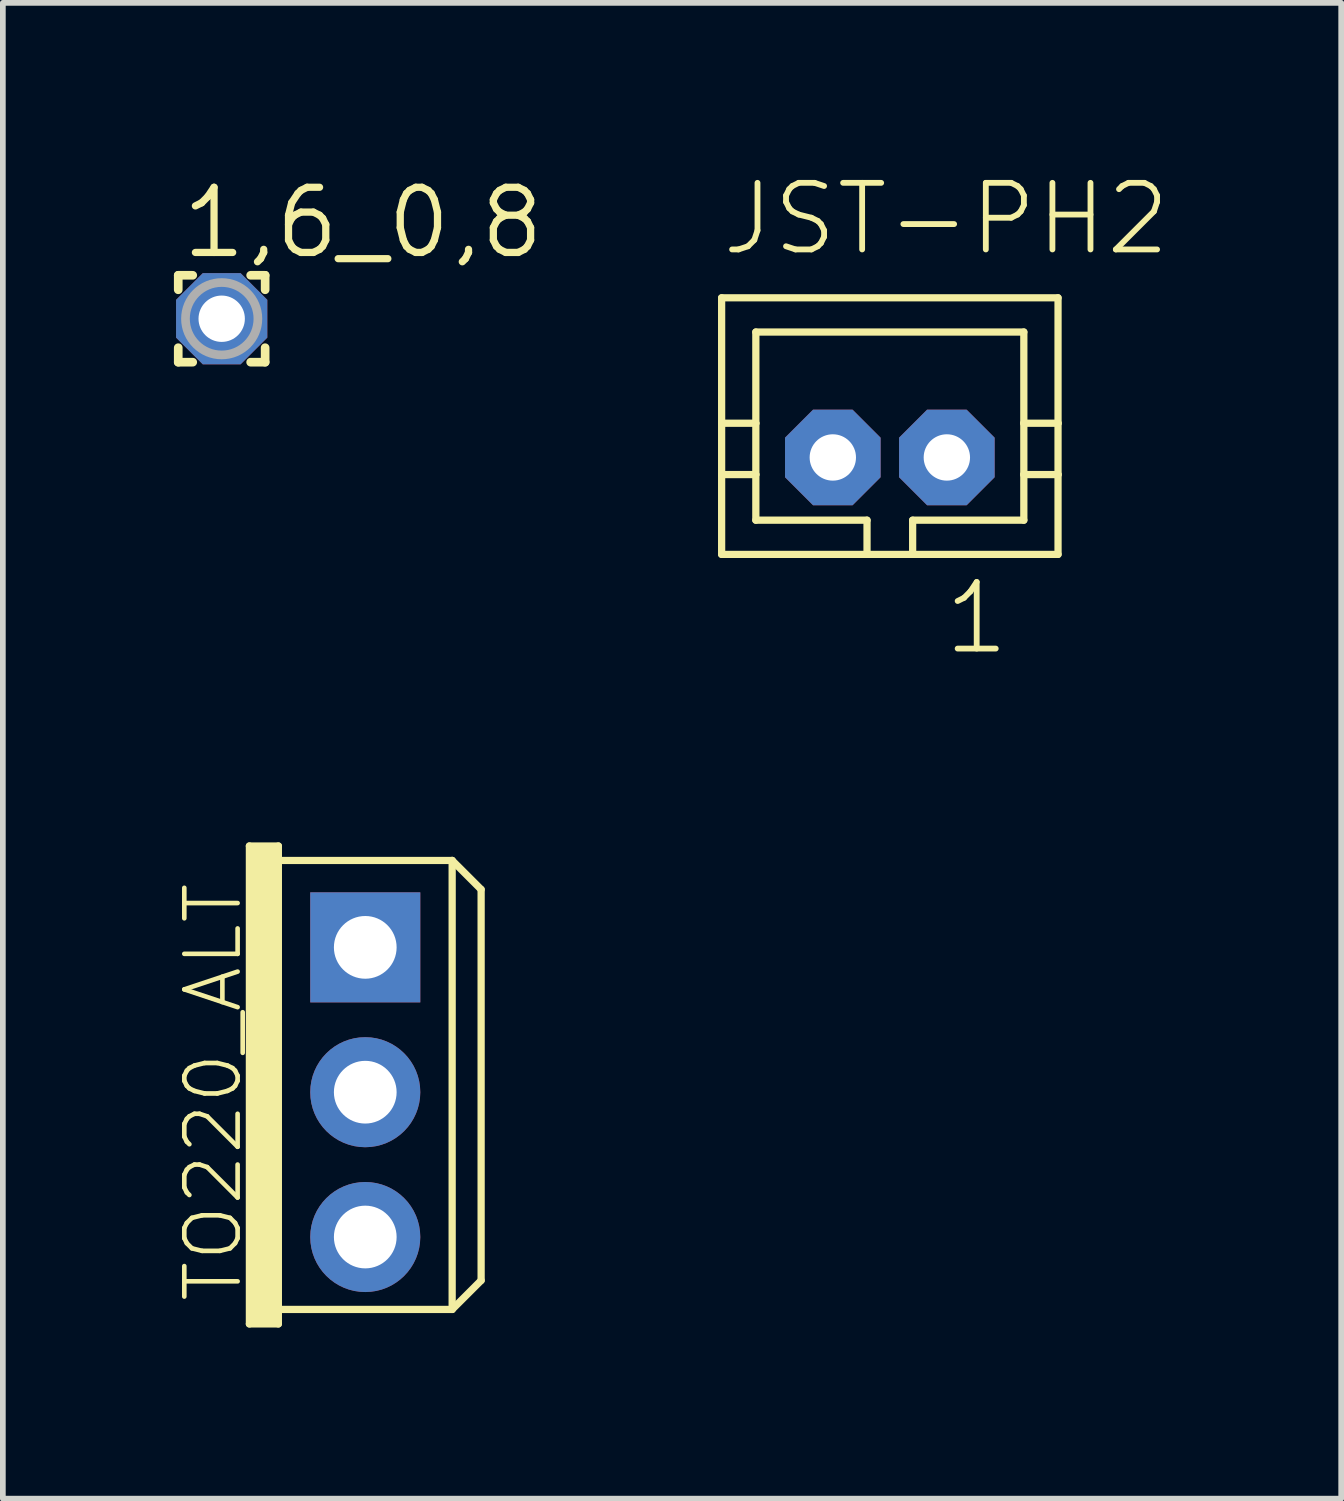
<source format=kicad_pcb>
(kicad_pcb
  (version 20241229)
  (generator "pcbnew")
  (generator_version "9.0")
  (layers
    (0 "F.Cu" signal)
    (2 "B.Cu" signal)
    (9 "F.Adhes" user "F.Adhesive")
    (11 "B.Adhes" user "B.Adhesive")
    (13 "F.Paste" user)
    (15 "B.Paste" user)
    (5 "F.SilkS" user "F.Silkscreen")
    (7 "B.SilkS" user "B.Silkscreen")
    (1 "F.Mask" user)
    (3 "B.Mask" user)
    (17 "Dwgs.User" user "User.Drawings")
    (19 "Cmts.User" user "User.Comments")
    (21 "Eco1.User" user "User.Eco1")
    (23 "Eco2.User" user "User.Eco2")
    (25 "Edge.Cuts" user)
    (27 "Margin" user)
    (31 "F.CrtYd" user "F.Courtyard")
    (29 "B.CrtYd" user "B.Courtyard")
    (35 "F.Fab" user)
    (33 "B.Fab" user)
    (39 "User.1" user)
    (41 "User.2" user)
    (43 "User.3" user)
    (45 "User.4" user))
  (footprint "TO220_ALT"
    (layer "F.Cu")
    (at 3.356 16.105)
    (property "Reference" "TO220_ALT" (at -2.667 0 90) (layer "F.SilkS") (effects (font (size 0.935 0.935) (thickness 0.081))))
    (fp_line (start -2.032 -4.318) (end -2.032 4.064) (stroke (width 0.127) (type solid)) (layer "F.SilkS"))
    (fp_line (start -2.032 4.064) (end -1.524 4.064) (stroke (width 0.127) (type solid)) (layer "F.SilkS"))
    (fp_line (start -1.524 -4.318) (end -2.032 -4.318) (stroke (width 0.127) (type solid)) (layer "F.SilkS"))
    (fp_line (start -1.524 -4.064) (end -1.524 -4.318) (stroke (width 0.127) (type solid)) (layer "F.SilkS"))
    (fp_line (start -1.524 3.81) (end -1.524 -4.064) (stroke (width 0.127) (type solid)) (layer "F.SilkS"))
    (fp_line (start -1.524 4.064) (end -1.524 3.81) (stroke (width 0.127) (type solid)) (layer "F.SilkS"))
    (fp_line (start 1.524 -4.064) (end -1.524 -4.064) (stroke (width 0.127) (type solid)) (layer "F.SilkS"))
    (fp_line (start 1.524 -4.064) (end 1.524 3.81) (stroke (width 0.127) (type solid)) (layer "F.SilkS"))
    (fp_line (start 1.524 -4.064) (end 2.032 -3.556) (stroke (width 0.127) (type solid)) (layer "F.SilkS"))
    (fp_line (start 1.524 3.81) (end -1.524 3.81) (stroke (width 0.127) (type solid)) (layer "F.SilkS"))
    (fp_line (start 2.032 -3.556) (end 2.032 3.302) (stroke (width 0.127) (type solid)) (layer "F.SilkS"))
    (fp_line (start 2.032 3.302) (end 1.524 3.81) (stroke (width 0.127) (type solid)) (layer "F.SilkS"))
    (fp_poly (pts (xy -2.032 4.064) (xy -1.524 4.064) (xy -1.524 -4.318) (xy -2.032 -4.318)) (stroke (width 0) (type default)) (fill yes) (layer "F.SilkS"))
    (pad "1" thru_hole rect (at 0 -2.54) (size 1.93 1.93) (drill 1.1) (layers "*.Cu" "*.Mask"))
    (pad "2" thru_hole circle (at 0 0) (size 1.93 1.93) (drill 1.1) (layers "*.Cu" "*.Mask"))
    (pad "3" thru_hole circle (at 0 2.54) (size 1.93 1.93) (drill 1.1) (layers "*.Cu" "*.Mask")))
  (footprint "1,6_0,8"
    (layer "F.Cu")
    (at 0.838 2.54)
    (property "Reference" "1,6_0,8" (at -0.762 -1.016 0) (layer "F.SilkS") (effects (font (size 1.143 1.143) (thickness 0.127)) (justify left bottom)))
    (fp_line (start -0.762 -0.762) (end -0.762 -0.508) (stroke (width 0.152) (type solid)) (layer "F.SilkS"))
    (fp_line (start -0.762 -0.762) (end -0.508 -0.762) (stroke (width 0.152) (type solid)) (layer "F.SilkS"))
    (fp_line (start -0.762 0.762) (end -0.762 0.508) (stroke (width 0.152) (type solid)) (layer "F.SilkS"))
    (fp_line (start -0.508 0.762) (end -0.762 0.762) (stroke (width 0.152) (type solid)) (layer "F.SilkS"))
    (fp_line (start 0.762 -0.762) (end 0.508 -0.762) (stroke (width 0.152) (type solid)) (layer "F.SilkS"))
    (fp_line (start 0.762 -0.762) (end 0.762 -0.508) (stroke (width 0.152) (type solid)) (layer "F.SilkS"))
    (fp_line (start 0.762 0.508) (end 0.762 0.762) (stroke (width 0.152) (type solid)) (layer "F.SilkS"))
    (fp_line (start 0.762 0.762) (end 0.508 0.762) (stroke (width 0.152) (type solid)) (layer "F.SilkS"))
    (fp_circle (center 0 0) (end 0.635 0) (stroke (width 0.152) (type solid)) (fill no) (layer "F.Fab"))
    (pad "1" thru_hole roundrect (at 0 0) (size 1.6 1.6) (drill 0.813) (layers "*.Cu" "*.Mask") (roundrect_rratio 0.25) (chamfer_ratio 0.293) (chamfer top_left top_right bottom_left bottom_right)))
  (footprint "JST-PH2"
    (layer "F.Cu")
    (at 12.556 4.973)
    (property "Reference" "JST-PH2" (at -3 -3.5 0) (layer "F.SilkS") (effects (font (size 1.168 1.168) (thickness 0.102)) (justify left bottom)))
    (fp_line (start -2.95 -2.8) (end -2.95 -0.6) (stroke (width 0.127) (type solid)) (layer "F.SilkS"))
    (fp_line (start -2.95 -2.8) (end 2.95 -2.8) (stroke (width 0.127) (type solid)) (layer "F.SilkS"))
    (fp_line (start -2.95 -0.6) (end -2.95 0.3) (stroke (width 0.127) (type solid)) (layer "F.SilkS"))
    (fp_line (start -2.95 -0.6) (end -2.35 -0.6) (stroke (width 0.127) (type solid)) (layer "F.SilkS"))
    (fp_line (start -2.95 0.3) (end -2.95 1.7) (stroke (width 0.127) (type solid)) (layer "F.SilkS"))
    (fp_line (start -2.95 0.3) (end -2.35 0.3) (stroke (width 0.127) (type solid)) (layer "F.SilkS"))
    (fp_line (start -2.95 1.7) (end -0.4 1.7) (stroke (width 0.127) (type solid)) (layer "F.SilkS"))
    (fp_line (start -2.35 -2.2) (end -2.35 -0.6) (stroke (width 0.127) (type solid)) (layer "F.SilkS"))
    (fp_line (start -2.35 -2.2) (end 2.35 -2.2) (stroke (width 0.127) (type solid)) (layer "F.SilkS"))
    (fp_line (start -2.35 -0.6) (end -2.35 0.3) (stroke (width 0.127) (type solid)) (layer "F.SilkS"))
    (fp_line (start -2.35 0.3) (end -2.35 1.1) (stroke (width 0.127) (type solid)) (layer "F.SilkS"))
    (fp_line (start -2.35 1.1) (end -0.4 1.1) (stroke (width 0.127) (type solid)) (layer "F.SilkS"))
    (fp_line (start -0.4 1.1) (end -0.4 1.7) (stroke (width 0.127) (type solid)) (layer "F.SilkS"))
    (fp_line (start -0.4 1.7) (end 0.4 1.7) (stroke (width 0.127) (type solid)) (layer "F.SilkS"))
    (fp_line (start 0.4 1.1) (end 0.4 1.7) (stroke (width 0.127) (type solid)) (layer "F.SilkS"))
    (fp_line (start 0.4 1.1) (end 2.35 1.1) (stroke (width 0.127) (type solid)) (layer "F.SilkS"))
    (fp_line (start 0.4 1.7) (end 2.95 1.7) (stroke (width 0.127) (type solid)) (layer "F.SilkS"))
    (fp_line (start 2.35 -2.2) (end 2.35 -0.6) (stroke (width 0.127) (type solid)) (layer "F.SilkS"))
    (fp_line (start 2.35 -0.6) (end 2.35 0.3) (stroke (width 0.127) (type solid)) (layer "F.SilkS"))
    (fp_line (start 2.35 -0.6) (end 2.95 -0.6) (stroke (width 0.127) (type solid)) (layer "F.SilkS"))
    (fp_line (start 2.35 0.3) (end 2.35 1.1) (stroke (width 0.127) (type solid)) (layer "F.SilkS"))
    (fp_line (start 2.35 0.3) (end 2.95 0.3) (stroke (width 0.127) (type solid)) (layer "F.SilkS"))
    (fp_line (start 2.95 -2.8) (end 2.95 -0.6) (stroke (width 0.127) (type solid)) (layer "F.SilkS"))
    (fp_line (start 2.95 -0.6) (end 2.95 0.3) (stroke (width 0.127) (type solid)) (layer "F.SilkS"))
    (fp_line (start 2.95 0.3) (end 2.95 1.7) (stroke (width 0.127) (type solid)) (layer "F.SilkS"))
    (fp_text user "1" (at 0.9 3.5 0) (layer "F.SilkS") (effects (font (size 1.168 1.168) (thickness 0.102)) (justify left bottom)))
    (pad "1" thru_hole roundrect (at 1 0) (size 1.676 1.676) (drill 0.813) (layers "*.Cu" "*.Mask") (roundrect_rratio 0.25) (chamfer_ratio 0.293) (chamfer top_left top_right bottom_left bottom_right))
    (pad "2" thru_hole roundrect (at -1 0) (size 1.676 1.676) (drill 0.813) (layers "*.Cu" "*.Mask") (roundrect_rratio 0.25) (chamfer_ratio 0.293) (chamfer top_left top_right bottom_left bottom_right)))
  (gr_rect
    (start -3 -3)
    (end 20.472 23.233)
    (stroke (width 0.1) (type default))
    (fill no)
    (layer "Edge.Cuts")))
</source>
